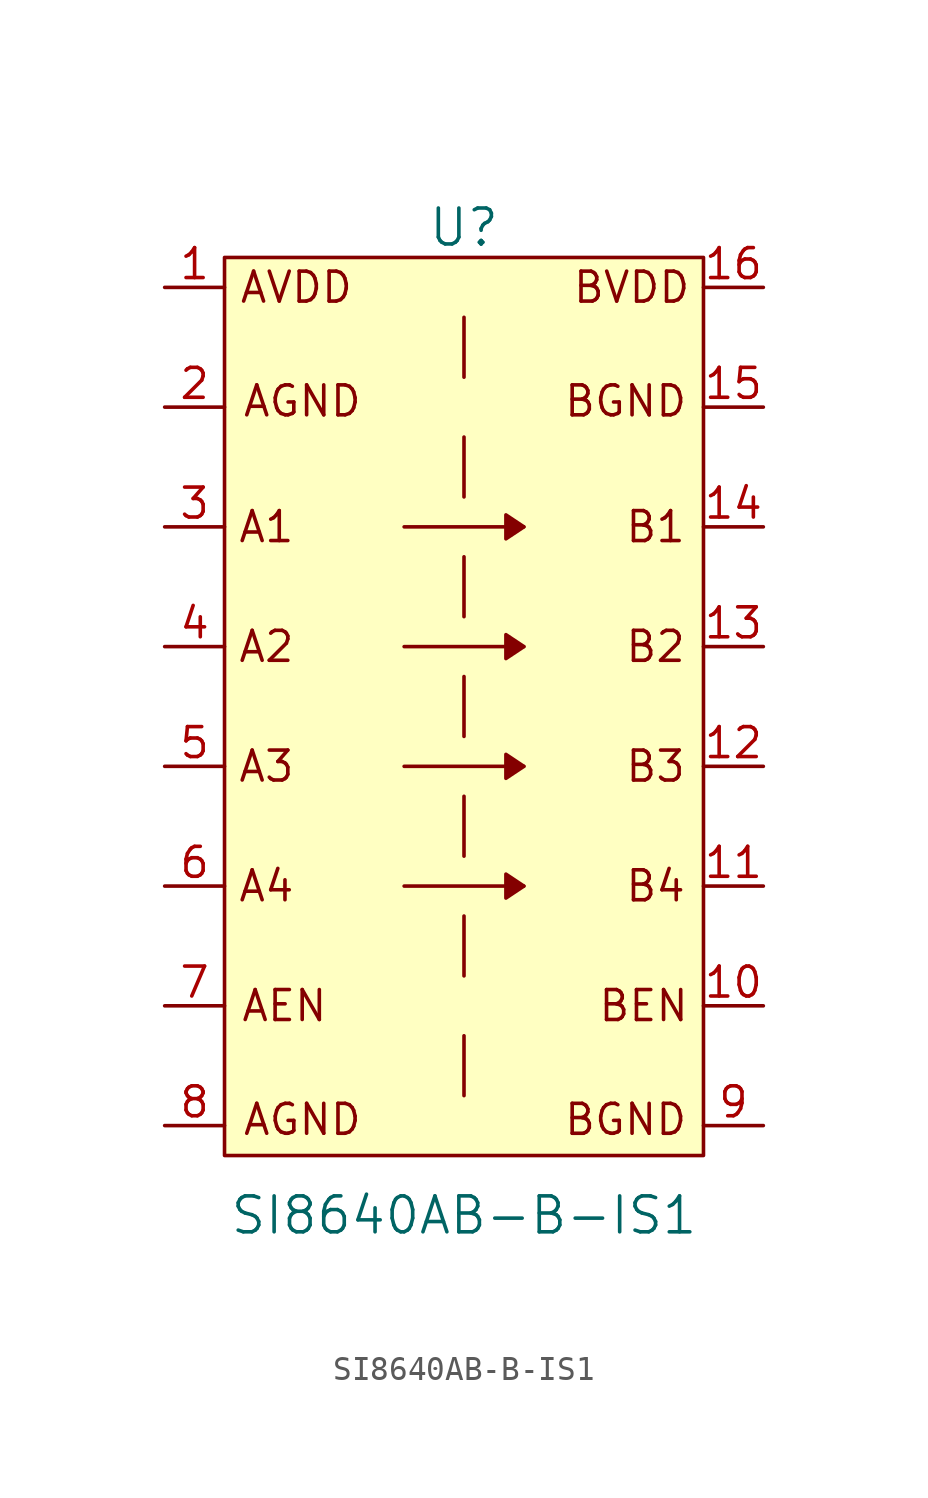
<source format=kicad_sym>
(kicad_symbol_lib
  (version 20231120)
  (generator "kicad_symbol_editor")
  (generator_version "8.0")
  (symbol "SI8640AB-B-IS1"
    (pin_names
      (offset 0) hide)
    (property "Reference" "U"
      (at 0 20.32 0)
      (effects (font (size 1.524 1.524))))
    (property "Value" "SI8640AB-B-IS1"
      (at 0 -21.59 0)
      (effects (font (size 1.524 1.524))))
    (symbol "SI8640AB-B-IS1_0_0"
      (polyline (pts (xy -2.54 -7.62) (xy 2.54 -7.62)) (stroke (width 0) (type default)) (fill (type none)))
      (polyline (pts (xy -2.54 -2.54) (xy 2.54 -2.54)) (stroke (width 0) (type default)) (fill (type none)))
      (polyline (pts (xy -2.54 2.54) (xy 2.54 2.54)) (stroke (width 0) (type default)) (fill (type none)))
      (polyline (pts (xy -2.54 7.62) (xy 2.54 7.62)) (stroke (width 0) (type default)) (fill (type none)))
      (polyline (pts (xy 0 -13.97) (xy 0 -16.51)) (stroke (width 0) (type default)) (fill (type none)))
      (polyline (pts (xy 0 -8.89) (xy 0 -11.43)) (stroke (width 0) (type default)) (fill (type none)))
      (polyline (pts (xy 0 -3.81) (xy 0 -6.35)) (stroke (width 0) (type default)) (fill (type none)))
      (polyline (pts (xy 0 1.27) (xy 0 -1.27)) (stroke (width 0) (type default)) (fill (type none)))
      (polyline (pts (xy 0 6.35) (xy 0 3.81)) (stroke (width 0) (type default)) (fill (type none)))
      (polyline (pts (xy 0 11.43) (xy 0 8.89)) (stroke (width 0) (type default)) (fill (type none)))
      (polyline (pts (xy 0 16.51) (xy 0 13.97)) (stroke (width 0) (type default)) (fill (type none)))
      (polyline (pts (xy 2.54 -7.62) (xy 1.778 -8.128) (xy 1.778 -7.112) (xy 2.54 -7.62)) (stroke (width 0) (type default)) (fill (type outline)))
      (polyline (pts (xy 2.54 -2.54) (xy 1.778 -2.032) (xy 1.778 -3.048) (xy 2.54 -2.54)) (stroke (width 0) (type default)) (fill (type outline)))
      (polyline (pts (xy 2.54 2.54) (xy 1.778 3.048) (xy 1.778 2.032) (xy 2.54 2.54)) (stroke (width 0) (type default)) (fill (type outline)))
      (polyline (pts (xy 2.54 7.62) (xy 1.778 8.128) (xy 1.778 7.112) (xy 2.54 7.62)) (stroke (width 0) (type default)) (fill (type outline)))
      (polyline (pts (xy -10.16 19.05) (xy 10.16 19.05) (xy 10.16 -19.05) (xy -10.16 -19.05) (xy -10.16 1.27) (xy -10.16 19.05)) (stroke (width 0) (type default)) (fill (type background)))
      (text "A1" (at -8.382 7.62 0) (effects (font (size 1.27 1.27))))
      (text "A2" (at -8.382 2.54 0) (effects (font (size 1.27 1.27))))
      (text "A3" (at -8.382 -2.54 0) (effects (font (size 1.27 1.27))))
      (text "A4" (at -8.382 -7.62 0) (effects (font (size 1.27 1.27))))
      (text "AEN" (at -7.62 -12.7 0) (effects (font (size 1.27 1.27))))
      (text "AGND" (at -6.858 -17.526 0) (effects (font (size 1.27 1.27))))
      (text "AGND" (at -6.858 12.954 0) (effects (font (size 1.27 1.27))))
      (text "AVDD" (at -7.112 17.78 0) (effects (font (size 1.27 1.27))))
      (text "B1" (at 8.128 7.62 0) (effects (font (size 1.27 1.27))))
      (text "B2" (at 8.128 2.54 0) (effects (font (size 1.27 1.27))))
      (text "B3" (at 8.128 -2.54 0) (effects (font (size 1.27 1.27))))
      (text "B4" (at 8.128 -7.62 0) (effects (font (size 1.27 1.27))))
      (text "BEN" (at 7.62 -12.7 0) (effects (font (size 1.27 1.27))))
      (text "BGND" (at 6.858 -17.526 0) (effects (font (size 1.27 1.27))))
      (text "BGND" (at 6.858 12.954 0) (effects (font (size 1.27 1.27))))
      (text "BVDD" (at 7.112 17.78 0) (effects (font (size 1.27 1.27)))))
    (symbol "SI8640AB-B-IS1_1_1"
      (pin input line (at -12.7 17.78 0) (length 2.54) (name "AVDD" (effects (font (size 1.27 1.27)))) (number "1" (effects (font (size 1.27 1.27)))))
      (pin input line (at 12.7 -12.7 180) (length 2.54) (name "BEN" (effects (font (size 1.27 1.27)))) (number "10" (effects (font (size 1.27 1.27)))))
      (pin output line (at 12.7 -7.62 180) (length 2.54) (name "B4" (effects (font (size 1.27 1.27)))) (number "11" (effects (font (size 1.27 1.27)))))
      (pin output line (at 12.7 -2.54 180) (length 2.54) (name "B3" (effects (font (size 1.27 1.27)))) (number "12" (effects (font (size 1.27 1.27)))))
      (pin output line (at 12.7 2.54 180) (length 2.54) (name "B2" (effects (font (size 1.27 1.27)))) (number "13" (effects (font (size 1.27 1.27)))))
      (pin output line (at 12.7 7.62 180) (length 2.54) (name "B1" (effects (font (size 1.27 1.27)))) (number "14" (effects (font (size 1.27 1.27)))))
      (pin input line (at 12.7 12.7 180) (length 2.54) (name "BGND" (effects (font (size 1.27 1.27)))) (number "15" (effects (font (size 1.27 1.27)))))
      (pin input line (at 12.7 17.78 180) (length 2.54) (name "BVDD" (effects (font (size 1.27 1.27)))) (number "16" (effects (font (size 1.27 1.27)))))
      (pin input line (at -12.7 12.7 0) (length 2.54) (name "AGND" (effects (font (size 1.27 1.27)))) (number "2" (effects (font (size 1.27 1.27)))))
      (pin input line (at -12.7 7.62 0) (length 2.54) (name "A1" (effects (font (size 1.27 1.27)))) (number "3" (effects (font (size 1.27 1.27)))))
      (pin input line (at -12.7 2.54 0) (length 2.54) (name "A2" (effects (font (size 1.27 1.27)))) (number "4" (effects (font (size 1.27 1.27)))))
      (pin input line (at -12.7 -2.54 0) (length 2.54) (name "A3" (effects (font (size 1.27 1.27)))) (number "5" (effects (font (size 1.27 1.27)))))
      (pin input line (at -12.7 -7.62 0) (length 2.54) (name "A4" (effects (font (size 1.27 1.27)))) (number "6" (effects (font (size 1.27 1.27)))))
      (pin input line (at -12.7 -12.7 0) (length 2.54) (name "AEN" (effects (font (size 1.27 1.27)))) (number "7" (effects (font (size 1.27 1.27)))))
      (pin input line (at -12.7 -17.78 0) (length 2.54) (name "AGND" (effects (font (size 1.27 1.27)))) (number "8" (effects (font (size 1.27 1.27)))))
      (pin input line (at 12.7 -17.78 180) (length 2.54) (name "BGND" (effects (font (size 1.27 1.27)))) (number "9" (effects (font (size 1.27 1.27))))))))
</source>
